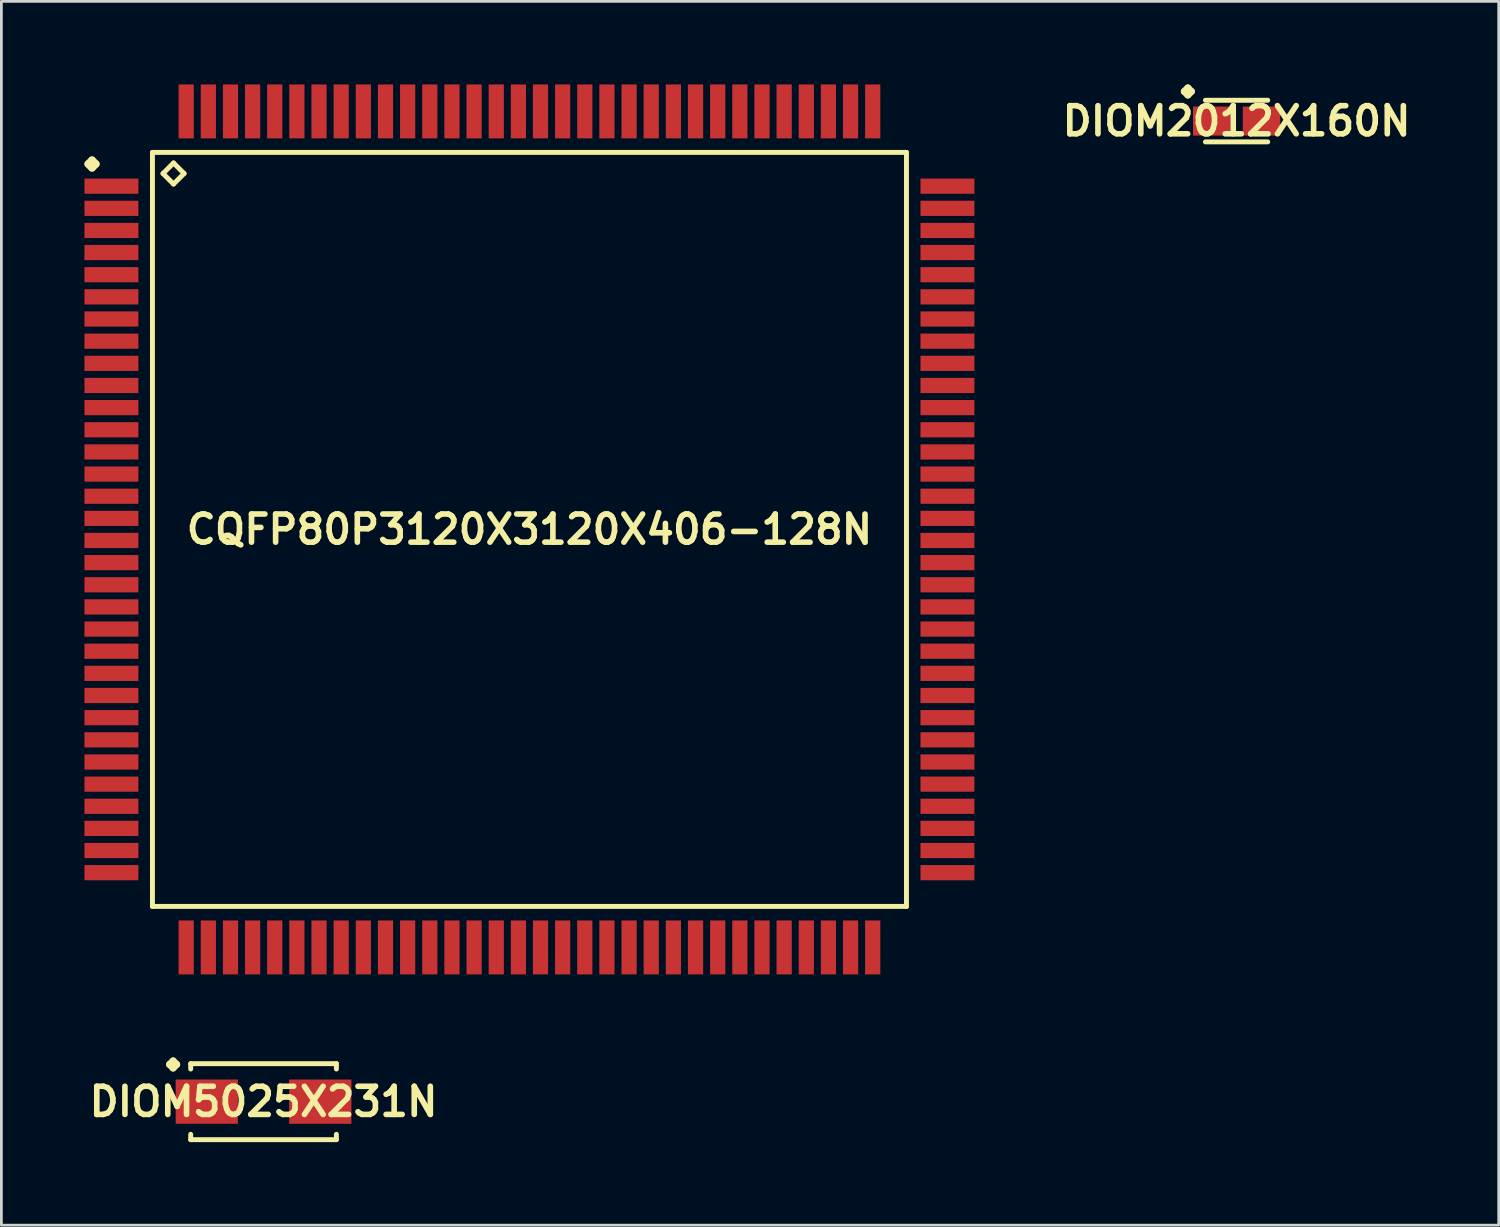
<source format=kicad_pcb>
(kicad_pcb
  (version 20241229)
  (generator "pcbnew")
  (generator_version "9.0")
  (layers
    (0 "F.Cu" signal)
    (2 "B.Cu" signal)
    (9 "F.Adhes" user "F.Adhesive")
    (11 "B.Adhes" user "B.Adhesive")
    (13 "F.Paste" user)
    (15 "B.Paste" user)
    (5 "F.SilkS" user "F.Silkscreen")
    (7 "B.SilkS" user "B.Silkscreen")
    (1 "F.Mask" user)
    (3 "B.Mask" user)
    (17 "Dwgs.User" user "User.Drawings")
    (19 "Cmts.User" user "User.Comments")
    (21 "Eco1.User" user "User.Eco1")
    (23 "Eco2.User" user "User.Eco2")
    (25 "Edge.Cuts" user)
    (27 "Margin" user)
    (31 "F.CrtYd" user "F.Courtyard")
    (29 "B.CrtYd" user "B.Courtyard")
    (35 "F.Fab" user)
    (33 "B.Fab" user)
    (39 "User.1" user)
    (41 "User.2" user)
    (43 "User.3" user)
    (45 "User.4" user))
  (footprint "DIOM5025X231N"
    (layer "F.Cu")
    (at 6.469 36.741)
    (property "Reference" "DIOM5025X231N" (at 0 0 0) (layer "F.SilkS") (effects (font (size 1.016 1.016) (thickness 0.203))))
    (attr smd)
    (fp_line (start -3.393 -1.344) (end -3.266 -1.471) (stroke (width 0.254) (type solid)) (layer "F.SilkS"))
    (fp_line (start -3.266 -1.471) (end -3.139 -1.344) (stroke (width 0.254) (type solid)) (layer "F.SilkS"))
    (fp_line (start -3.266 -1.217) (end -3.393 -1.344) (stroke (width 0.254) (type solid)) (layer "F.SilkS"))
    (fp_line (start -3.139 -1.344) (end -3.266 -1.217) (stroke (width 0.254) (type solid)) (layer "F.SilkS"))
    (fp_line (start -2.631 -1.372) (end 2.631 -1.372) (stroke (width 0.178) (type solid)) (layer "F.SilkS"))
    (fp_line (start -2.631 -1.179) (end -2.631 -1.372) (stroke (width 0.178) (type solid)) (layer "F.SilkS"))
    (fp_line (start -2.631 1.179) (end -2.631 1.372) (stroke (width 0.178) (type solid)) (layer "F.SilkS"))
    (fp_line (start -2.631 1.372) (end 2.631 1.372) (stroke (width 0.178) (type solid)) (layer "F.SilkS"))
    (fp_line (start 2.631 -1.372) (end 2.631 -1.179) (stroke (width 0.178) (type solid)) (layer "F.SilkS"))
    (fp_line (start 2.631 1.372) (end 2.631 1.179) (stroke (width 0.178) (type solid)) (layer "F.SilkS"))
    (pad "1" smd rect (at -2.05 0) (size 2.248 1.598) (layers "F.Cu" "F.Mask" "F.Paste"))
    (pad "2" smd rect (at 2.05 0) (size 2.248 1.598) (layers "F.Cu" "F.Mask" "F.Paste")))
  (footprint "CQFP80P3120X3120X406-128N"
    (layer "F.Cu")
    (at 16.073 16.072)
    (property "Reference" "CQFP80P3120X3120X406-128N" (at 0 0 0) (layer "F.SilkS") (effects (font (size 1.016 1.016) (thickness 0.203))))
    (attr smd)
    (fp_line (start -15.936 -13.198) (end -15.799 -13.335) (stroke (width 0.274) (type solid)) (layer "F.SilkS"))
    (fp_line (start -15.799 -13.335) (end -15.662 -13.198) (stroke (width 0.274) (type solid)) (layer "F.SilkS"))
    (fp_line (start -15.799 -13.061) (end -15.936 -13.198) (stroke (width 0.274) (type solid)) (layer "F.SilkS"))
    (fp_line (start -15.662 -13.198) (end -15.799 -13.061) (stroke (width 0.274) (type solid)) (layer "F.SilkS"))
    (fp_line (start -13.617 -13.617) (end -13.617 13.617) (stroke (width 0.178) (type solid)) (layer "F.SilkS"))
    (fp_line (start -13.617 13.617) (end 13.617 13.617) (stroke (width 0.178) (type solid)) (layer "F.SilkS"))
    (fp_line (start -13.236 -12.855) (end -12.855 -13.236) (stroke (width 0.178) (type solid)) (layer "F.SilkS"))
    (fp_line (start -12.855 -13.236) (end -12.474 -12.855) (stroke (width 0.178) (type solid)) (layer "F.SilkS"))
    (fp_line (start -12.855 -12.474) (end -13.236 -12.855) (stroke (width 0.178) (type solid)) (layer "F.SilkS"))
    (fp_line (start -12.474 -12.855) (end -12.855 -12.474) (stroke (width 0.178) (type solid)) (layer "F.SilkS"))
    (fp_line (start 13.617 -13.617) (end -13.617 -13.617) (stroke (width 0.178) (type solid)) (layer "F.SilkS"))
    (fp_line (start 13.617 13.617) (end 13.617 -13.617) (stroke (width 0.178) (type solid)) (layer "F.SilkS"))
    (pad "1" smd rect (at -15.098 -12.398) (size 1.948 0.549) (layers "F.Cu" "F.Mask" "F.Paste"))
    (pad "2" smd rect (at -15.098 -11.598) (size 1.948 0.549) (layers "F.Cu" "F.Mask" "F.Paste"))
    (pad "3" smd rect (at -15.098 -10.798) (size 1.948 0.549) (layers "F.Cu" "F.Mask" "F.Paste"))
    (pad "4" smd rect (at -15.098 -10) (size 1.948 0.549) (layers "F.Cu" "F.Mask" "F.Paste"))
    (pad "5" smd rect (at -15.098 -9.2) (size 1.948 0.549) (layers "F.Cu" "F.Mask" "F.Paste"))
    (pad "6" smd rect (at -15.098 -8.4) (size 1.948 0.549) (layers "F.Cu" "F.Mask" "F.Paste"))
    (pad "7" smd rect (at -15.098 -7.6) (size 1.948 0.549) (layers "F.Cu" "F.Mask" "F.Paste"))
    (pad "8" smd rect (at -15.098 -6.8) (size 1.948 0.549) (layers "F.Cu" "F.Mask" "F.Paste"))
    (pad "9" smd rect (at -15.098 -5.999) (size 1.948 0.549) (layers "F.Cu" "F.Mask" "F.Paste"))
    (pad "10" smd rect (at -15.098 -5.199) (size 1.948 0.549) (layers "F.Cu" "F.Mask" "F.Paste"))
    (pad "11" smd rect (at -15.098 -4.399) (size 1.948 0.549) (layers "F.Cu" "F.Mask" "F.Paste"))
    (pad "12" smd rect (at -15.098 -3.599) (size 1.948 0.549) (layers "F.Cu" "F.Mask" "F.Paste"))
    (pad "13" smd rect (at -15.098 -2.799) (size 1.948 0.549) (layers "F.Cu" "F.Mask" "F.Paste"))
    (pad "14" smd rect (at -15.098 -1.999) (size 1.948 0.549) (layers "F.Cu" "F.Mask" "F.Paste"))
    (pad "15" smd rect (at -15.098 -1.199) (size 1.948 0.549) (layers "F.Cu" "F.Mask" "F.Paste"))
    (pad "16" smd rect (at -15.098 -0.399) (size 1.948 0.549) (layers "F.Cu" "F.Mask" "F.Paste"))
    (pad "17" smd rect (at -15.098 0.399) (size 1.948 0.549) (layers "F.Cu" "F.Mask" "F.Paste"))
    (pad "18" smd rect (at -15.098 1.199) (size 1.948 0.549) (layers "F.Cu" "F.Mask" "F.Paste"))
    (pad "19" smd rect (at -15.098 1.999) (size 1.948 0.549) (layers "F.Cu" "F.Mask" "F.Paste"))
    (pad "20" smd rect (at -15.098 2.799) (size 1.948 0.549) (layers "F.Cu" "F.Mask" "F.Paste"))
    (pad "21" smd rect (at -15.098 3.599) (size 1.948 0.549) (layers "F.Cu" "F.Mask" "F.Paste"))
    (pad "22" smd rect (at -15.098 4.399) (size 1.948 0.549) (layers "F.Cu" "F.Mask" "F.Paste"))
    (pad "23" smd rect (at -15.098 5.199) (size 1.948 0.549) (layers "F.Cu" "F.Mask" "F.Paste"))
    (pad "24" smd rect (at -15.098 5.999) (size 1.948 0.549) (layers "F.Cu" "F.Mask" "F.Paste"))
    (pad "25" smd rect (at -15.098 6.8) (size 1.948 0.549) (layers "F.Cu" "F.Mask" "F.Paste"))
    (pad "26" smd rect (at -15.098 7.6) (size 1.948 0.549) (layers "F.Cu" "F.Mask" "F.Paste"))
    (pad "27" smd rect (at -15.098 8.4) (size 1.948 0.549) (layers "F.Cu" "F.Mask" "F.Paste"))
    (pad "28" smd rect (at -15.098 9.2) (size 1.948 0.549) (layers "F.Cu" "F.Mask" "F.Paste"))
    (pad "29" smd rect (at -15.098 10) (size 1.948 0.549) (layers "F.Cu" "F.Mask" "F.Paste"))
    (pad "30" smd rect (at -15.098 10.798) (size 1.948 0.549) (layers "F.Cu" "F.Mask" "F.Paste"))
    (pad "31" smd rect (at -15.098 11.598) (size 1.948 0.549) (layers "F.Cu" "F.Mask" "F.Paste"))
    (pad "32" smd rect (at -15.098 12.398) (size 1.948 0.549) (layers "F.Cu" "F.Mask" "F.Paste"))
    (pad "33" smd rect (at -12.398 15.098) (size 0.549 1.948) (layers "F.Cu" "F.Mask" "F.Paste"))
    (pad "34" smd rect (at -11.598 15.098) (size 0.549 1.948) (layers "F.Cu" "F.Mask" "F.Paste"))
    (pad "35" smd rect (at -10.798 15.098) (size 0.549 1.948) (layers "F.Cu" "F.Mask" "F.Paste"))
    (pad "36" smd rect (at -10 15.098) (size 0.549 1.948) (layers "F.Cu" "F.Mask" "F.Paste"))
    (pad "37" smd rect (at -9.2 15.098) (size 0.549 1.948) (layers "F.Cu" "F.Mask" "F.Paste"))
    (pad "38" smd rect (at -8.4 15.098) (size 0.549 1.948) (layers "F.Cu" "F.Mask" "F.Paste"))
    (pad "39" smd rect (at -7.6 15.098) (size 0.549 1.948) (layers "F.Cu" "F.Mask" "F.Paste"))
    (pad "40" smd rect (at -6.8 15.098) (size 0.549 1.948) (layers "F.Cu" "F.Mask" "F.Paste"))
    (pad "41" smd rect (at -5.999 15.098) (size 0.549 1.948) (layers "F.Cu" "F.Mask" "F.Paste"))
    (pad "42" smd rect (at -5.199 15.098) (size 0.549 1.948) (layers "F.Cu" "F.Mask" "F.Paste"))
    (pad "43" smd rect (at -4.399 15.098) (size 0.549 1.948) (layers "F.Cu" "F.Mask" "F.Paste"))
    (pad "44" smd rect (at -3.599 15.098) (size 0.549 1.948) (layers "F.Cu" "F.Mask" "F.Paste"))
    (pad "45" smd rect (at -2.799 15.098) (size 0.549 1.948) (layers "F.Cu" "F.Mask" "F.Paste"))
    (pad "46" smd rect (at -1.999 15.098) (size 0.549 1.948) (layers "F.Cu" "F.Mask" "F.Paste"))
    (pad "47" smd rect (at -1.199 15.098) (size 0.549 1.948) (layers "F.Cu" "F.Mask" "F.Paste"))
    (pad "48" smd rect (at -0.399 15.098) (size 0.549 1.948) (layers "F.Cu" "F.Mask" "F.Paste"))
    (pad "49" smd rect (at 0.399 15.098) (size 0.549 1.948) (layers "F.Cu" "F.Mask" "F.Paste"))
    (pad "50" smd rect (at 1.199 15.098) (size 0.549 1.948) (layers "F.Cu" "F.Mask" "F.Paste"))
    (pad "51" smd rect (at 1.999 15.098) (size 0.549 1.948) (layers "F.Cu" "F.Mask" "F.Paste"))
    (pad "52" smd rect (at 2.799 15.098) (size 0.549 1.948) (layers "F.Cu" "F.Mask" "F.Paste"))
    (pad "53" smd rect (at 3.599 15.098) (size 0.549 1.948) (layers "F.Cu" "F.Mask" "F.Paste"))
    (pad "54" smd rect (at 4.399 15.098) (size 0.549 1.948) (layers "F.Cu" "F.Mask" "F.Paste"))
    (pad "55" smd rect (at 5.199 15.098) (size 0.549 1.948) (layers "F.Cu" "F.Mask" "F.Paste"))
    (pad "56" smd rect (at 5.999 15.098) (size 0.549 1.948) (layers "F.Cu" "F.Mask" "F.Paste"))
    (pad "57" smd rect (at 6.8 15.098) (size 0.549 1.948) (layers "F.Cu" "F.Mask" "F.Paste"))
    (pad "58" smd rect (at 7.6 15.098) (size 0.549 1.948) (layers "F.Cu" "F.Mask" "F.Paste"))
    (pad "59" smd rect (at 8.4 15.098) (size 0.549 1.948) (layers "F.Cu" "F.Mask" "F.Paste"))
    (pad "60" smd rect (at 9.2 15.098) (size 0.549 1.948) (layers "F.Cu" "F.Mask" "F.Paste"))
    (pad "61" smd rect (at 10 15.098) (size 0.549 1.948) (layers "F.Cu" "F.Mask" "F.Paste"))
    (pad "62" smd rect (at 10.798 15.098) (size 0.549 1.948) (layers "F.Cu" "F.Mask" "F.Paste"))
    (pad "63" smd rect (at 11.598 15.098) (size 0.549 1.948) (layers "F.Cu" "F.Mask" "F.Paste"))
    (pad "64" smd rect (at 12.398 15.098) (size 0.549 1.948) (layers "F.Cu" "F.Mask" "F.Paste"))
    (pad "65" smd rect (at 15.098 12.398) (size 1.948 0.549) (layers "F.Cu" "F.Mask" "F.Paste"))
    (pad "66" smd rect (at 15.098 11.598) (size 1.948 0.549) (layers "F.Cu" "F.Mask" "F.Paste"))
    (pad "67" smd rect (at 15.098 10.798) (size 1.948 0.549) (layers "F.Cu" "F.Mask" "F.Paste"))
    (pad "68" smd rect (at 15.098 10) (size 1.948 0.549) (layers "F.Cu" "F.Mask" "F.Paste"))
    (pad "69" smd rect (at 15.098 9.2) (size 1.948 0.549) (layers "F.Cu" "F.Mask" "F.Paste"))
    (pad "70" smd rect (at 15.098 8.4) (size 1.948 0.549) (layers "F.Cu" "F.Mask" "F.Paste"))
    (pad "71" smd rect (at 15.098 7.6) (size 1.948 0.549) (layers "F.Cu" "F.Mask" "F.Paste"))
    (pad "72" smd rect (at 15.098 6.8) (size 1.948 0.549) (layers "F.Cu" "F.Mask" "F.Paste"))
    (pad "73" smd rect (at 15.098 5.999) (size 1.948 0.549) (layers "F.Cu" "F.Mask" "F.Paste"))
    (pad "74" smd rect (at 15.098 5.199) (size 1.948 0.549) (layers "F.Cu" "F.Mask" "F.Paste"))
    (pad "75" smd rect (at 15.098 4.399) (size 1.948 0.549) (layers "F.Cu" "F.Mask" "F.Paste"))
    (pad "76" smd rect (at 15.098 3.599) (size 1.948 0.549) (layers "F.Cu" "F.Mask" "F.Paste"))
    (pad "77" smd rect (at 15.098 2.799) (size 1.948 0.549) (layers "F.Cu" "F.Mask" "F.Paste"))
    (pad "78" smd rect (at 15.098 1.999) (size 1.948 0.549) (layers "F.Cu" "F.Mask" "F.Paste"))
    (pad "79" smd rect (at 15.098 1.199) (size 1.948 0.549) (layers "F.Cu" "F.Mask" "F.Paste"))
    (pad "80" smd rect (at 15.098 0.399) (size 1.948 0.549) (layers "F.Cu" "F.Mask" "F.Paste"))
    (pad "81" smd rect (at 15.098 -0.399) (size 1.948 0.549) (layers "F.Cu" "F.Mask" "F.Paste"))
    (pad "82" smd rect (at 15.098 -1.199) (size 1.948 0.549) (layers "F.Cu" "F.Mask" "F.Paste"))
    (pad "83" smd rect (at 15.098 -1.999) (size 1.948 0.549) (layers "F.Cu" "F.Mask" "F.Paste"))
    (pad "84" smd rect (at 15.098 -2.799) (size 1.948 0.549) (layers "F.Cu" "F.Mask" "F.Paste"))
    (pad "85" smd rect (at 15.098 -3.599) (size 1.948 0.549) (layers "F.Cu" "F.Mask" "F.Paste"))
    (pad "86" smd rect (at 15.098 -4.399) (size 1.948 0.549) (layers "F.Cu" "F.Mask" "F.Paste"))
    (pad "87" smd rect (at 15.098 -5.199) (size 1.948 0.549) (layers "F.Cu" "F.Mask" "F.Paste"))
    (pad "88" smd rect (at 15.098 -5.999) (size 1.948 0.549) (layers "F.Cu" "F.Mask" "F.Paste"))
    (pad "89" smd rect (at 15.098 -6.8) (size 1.948 0.549) (layers "F.Cu" "F.Mask" "F.Paste"))
    (pad "90" smd rect (at 15.098 -7.6) (size 1.948 0.549) (layers "F.Cu" "F.Mask" "F.Paste"))
    (pad "91" smd rect (at 15.098 -8.4) (size 1.948 0.549) (layers "F.Cu" "F.Mask" "F.Paste"))
    (pad "92" smd rect (at 15.098 -9.2) (size 1.948 0.549) (layers "F.Cu" "F.Mask" "F.Paste"))
    (pad "93" smd rect (at 15.098 -10) (size 1.948 0.549) (layers "F.Cu" "F.Mask" "F.Paste"))
    (pad "94" smd rect (at 15.098 -10.798) (size 1.948 0.549) (layers "F.Cu" "F.Mask" "F.Paste"))
    (pad "95" smd rect (at 15.098 -11.598) (size 1.948 0.549) (layers "F.Cu" "F.Mask" "F.Paste"))
    (pad "96" smd rect (at 15.098 -12.398) (size 1.948 0.549) (layers "F.Cu" "F.Mask" "F.Paste"))
    (pad "97" smd rect (at 12.398 -15.098) (size 0.549 1.948) (layers "F.Cu" "F.Mask" "F.Paste"))
    (pad "98" smd rect (at 11.598 -15.098) (size 0.549 1.948) (layers "F.Cu" "F.Mask" "F.Paste"))
    (pad "99" smd rect (at 10.798 -15.098) (size 0.549 1.948) (layers "F.Cu" "F.Mask" "F.Paste"))
    (pad "100" smd rect (at 10 -15.098) (size 0.549 1.948) (layers "F.Cu" "F.Mask" "F.Paste"))
    (pad "101" smd rect (at 9.2 -15.098) (size 0.549 1.948) (layers "F.Cu" "F.Mask" "F.Paste"))
    (pad "102" smd rect (at 8.4 -15.098) (size 0.549 1.948) (layers "F.Cu" "F.Mask" "F.Paste"))
    (pad "103" smd rect (at 7.6 -15.098) (size 0.549 1.948) (layers "F.Cu" "F.Mask" "F.Paste"))
    (pad "104" smd rect (at 6.8 -15.098) (size 0.549 1.948) (layers "F.Cu" "F.Mask" "F.Paste"))
    (pad "105" smd rect (at 5.999 -15.098) (size 0.549 1.948) (layers "F.Cu" "F.Mask" "F.Paste"))
    (pad "106" smd rect (at 5.199 -15.098) (size 0.549 1.948) (layers "F.Cu" "F.Mask" "F.Paste"))
    (pad "107" smd rect (at 4.399 -15.098) (size 0.549 1.948) (layers "F.Cu" "F.Mask" "F.Paste"))
    (pad "108" smd rect (at 3.599 -15.098) (size 0.549 1.948) (layers "F.Cu" "F.Mask" "F.Paste"))
    (pad "109" smd rect (at 2.799 -15.098) (size 0.549 1.948) (layers "F.Cu" "F.Mask" "F.Paste"))
    (pad "110" smd rect (at 1.999 -15.098) (size 0.549 1.948) (layers "F.Cu" "F.Mask" "F.Paste"))
    (pad "111" smd rect (at 1.199 -15.098) (size 0.549 1.948) (layers "F.Cu" "F.Mask" "F.Paste"))
    (pad "112" smd rect (at 0.399 -15.098) (size 0.549 1.948) (layers "F.Cu" "F.Mask" "F.Paste"))
    (pad "113" smd rect (at -0.399 -15.098) (size 0.549 1.948) (layers "F.Cu" "F.Mask" "F.Paste"))
    (pad "114" smd rect (at -1.199 -15.098) (size 0.549 1.948) (layers "F.Cu" "F.Mask" "F.Paste"))
    (pad "115" smd rect (at -1.999 -15.098) (size 0.549 1.948) (layers "F.Cu" "F.Mask" "F.Paste"))
    (pad "116" smd rect (at -2.799 -15.098) (size 0.549 1.948) (layers "F.Cu" "F.Mask" "F.Paste"))
    (pad "117" smd rect (at -3.599 -15.098) (size 0.549 1.948) (layers "F.Cu" "F.Mask" "F.Paste"))
    (pad "118" smd rect (at -4.399 -15.098) (size 0.549 1.948) (layers "F.Cu" "F.Mask" "F.Paste"))
    (pad "119" smd rect (at -5.199 -15.098) (size 0.549 1.948) (layers "F.Cu" "F.Mask" "F.Paste"))
    (pad "120" smd rect (at -5.999 -15.098) (size 0.549 1.948) (layers "F.Cu" "F.Mask" "F.Paste"))
    (pad "121" smd rect (at -6.8 -15.098) (size 0.549 1.948) (layers "F.Cu" "F.Mask" "F.Paste"))
    (pad "122" smd rect (at -7.6 -15.098) (size 0.549 1.948) (layers "F.Cu" "F.Mask" "F.Paste"))
    (pad "123" smd rect (at -8.4 -15.098) (size 0.549 1.948) (layers "F.Cu" "F.Mask" "F.Paste"))
    (pad "124" smd rect (at -9.2 -15.098) (size 0.549 1.948) (layers "F.Cu" "F.Mask" "F.Paste"))
    (pad "125" smd rect (at -10 -15.098) (size 0.549 1.948) (layers "F.Cu" "F.Mask" "F.Paste"))
    (pad "126" smd rect (at -10.798 -15.098) (size 0.549 1.948) (layers "F.Cu" "F.Mask" "F.Paste"))
    (pad "127" smd rect (at -11.598 -15.098) (size 0.549 1.948) (layers "F.Cu" "F.Mask" "F.Paste"))
    (pad "128" smd rect (at -12.398 -15.098) (size 0.549 1.948) (layers "F.Cu" "F.Mask" "F.Paste")))
  (footprint "DIOM2012X160N"
    (layer "F.Cu")
    (at 41.614 1.323)
    (property "Reference" "DIOM2012X160N" (at 0 0 0) (layer "F.SilkS") (effects (font (size 1.016 1.016) (thickness 0.203))))
    (attr smd)
    (fp_line (start -1.887 -1.069) (end -1.76 -1.196) (stroke (width 0.254) (type solid)) (layer "F.SilkS"))
    (fp_line (start -1.76 -1.196) (end -1.633 -1.069) (stroke (width 0.254) (type solid)) (layer "F.SilkS"))
    (fp_line (start -1.76 -0.942) (end -1.887 -1.069) (stroke (width 0.254) (type solid)) (layer "F.SilkS"))
    (fp_line (start -1.633 -1.069) (end -1.76 -0.942) (stroke (width 0.254) (type solid)) (layer "F.SilkS"))
    (fp_line (start -1.125 -0.752) (end 1.125 -0.752) (stroke (width 0.178) (type solid)) (layer "F.SilkS"))
    (fp_line (start -1.125 0.752) (end 1.125 0.752) (stroke (width 0.178) (type solid)) (layer "F.SilkS"))
    (pad "1" smd rect (at -0.899 0) (size 1.349 1.049) (layers "F.Cu" "F.Mask" "F.Paste"))
    (pad "2" smd rect (at 0.899 0) (size 1.349 1.049) (layers "F.Cu" "F.Mask" "F.Paste")))
  (gr_rect
    (start -3 -3)
    (end 51.082 41.202)
    (stroke (width 0.1) (type default))
    (fill no)
    (layer "Edge.Cuts")))
</source>
